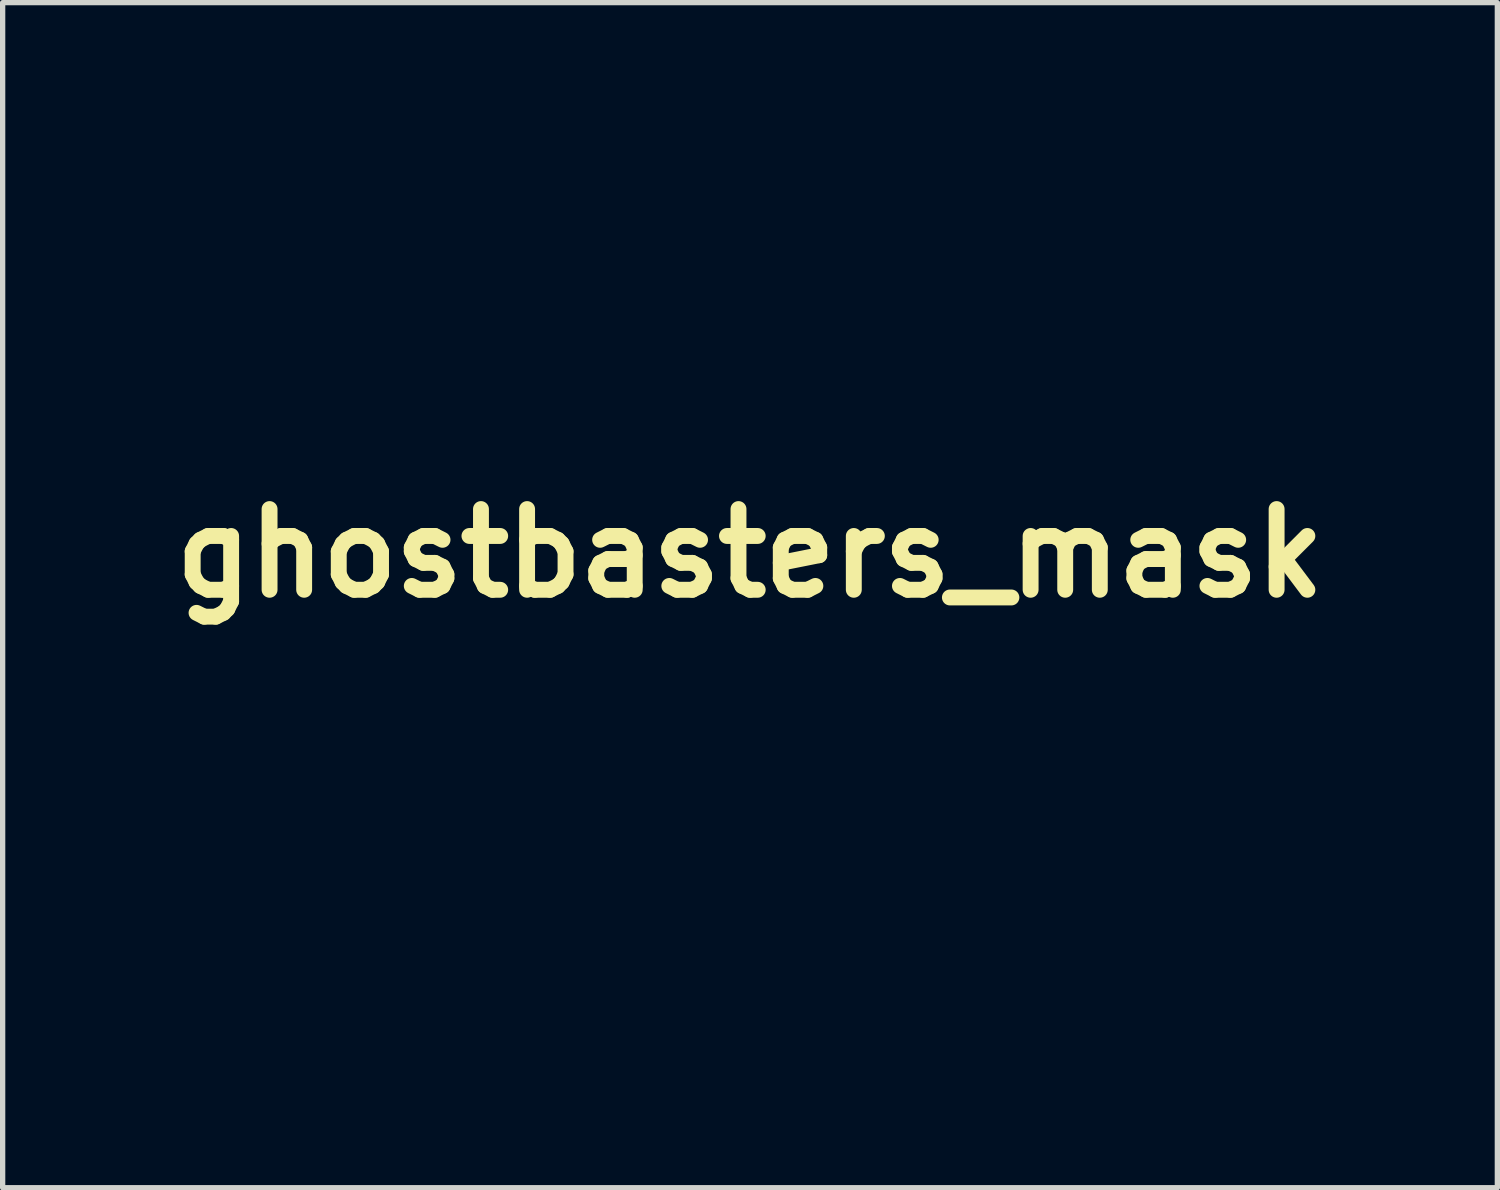
<source format=kicad_pcb>
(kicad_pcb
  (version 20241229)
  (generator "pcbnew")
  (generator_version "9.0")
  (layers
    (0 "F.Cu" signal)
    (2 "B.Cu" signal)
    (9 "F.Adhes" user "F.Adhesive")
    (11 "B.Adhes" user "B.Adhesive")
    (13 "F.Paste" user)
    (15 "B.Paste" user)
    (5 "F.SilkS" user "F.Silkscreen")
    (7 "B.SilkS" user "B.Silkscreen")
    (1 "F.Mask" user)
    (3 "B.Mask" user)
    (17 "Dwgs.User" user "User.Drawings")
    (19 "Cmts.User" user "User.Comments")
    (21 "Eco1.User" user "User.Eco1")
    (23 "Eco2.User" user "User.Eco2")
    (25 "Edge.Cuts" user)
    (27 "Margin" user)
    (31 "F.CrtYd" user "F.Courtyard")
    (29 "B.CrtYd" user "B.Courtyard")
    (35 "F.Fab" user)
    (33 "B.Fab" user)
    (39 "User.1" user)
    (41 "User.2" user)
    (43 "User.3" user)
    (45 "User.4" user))
  (footprint "ghostbasters_mask"
    (layer "F.Cu")
    (at 11.111 7.396)
    (property "Reference" "ghostbasters_mask" (at 0 0 0) (layer "F.SilkS") (effects (font (size 1.524 1.524) (thickness 0.3))))
    (attr through_hole)
    (fp_poly (pts (xy -6.322 0.649) (xy -6.35 0.677) (xy -6.378 0.649) (xy -6.35 0.621) (xy -6.322 0.649)) (stroke (width 0.01) (type solid)) (fill yes) (layer "F.Mask"))
    (fp_poly (pts (xy -5.588 3.415) (xy -5.616 3.443) (xy -5.644 3.415) (xy -5.616 3.387) (xy -5.588 3.415)) (stroke (width 0.01) (type solid)) (fill yes) (layer "F.Mask"))
    (fp_poly (pts (xy -5.08 -0.706) (xy -5.108 -0.677) (xy -5.136 -0.706) (xy -5.108 -0.734) (xy -5.08 -0.706)) (stroke (width 0.01) (type solid)) (fill yes) (layer "F.Mask"))
    (fp_poly (pts (xy -4.854 -1.044) (xy -4.882 -1.016) (xy -4.911 -1.044) (xy -4.882 -1.072) (xy -4.854 -1.044)) (stroke (width 0.01) (type solid)) (fill yes) (layer "F.Mask"))
    (fp_poly (pts (xy -4.008 -5.616) (xy -4.036 -5.588) (xy -4.064 -5.616) (xy -4.036 -5.644) (xy -4.008 -5.616)) (stroke (width 0.01) (type solid)) (fill yes) (layer "F.Mask"))
    (fp_poly (pts (xy -3.669 -5.447) (xy -3.697 -5.419) (xy -3.725 -5.447) (xy -3.697 -5.475) (xy -3.669 -5.447)) (stroke (width 0.01) (type solid)) (fill yes) (layer "F.Mask"))
    (fp_poly (pts (xy -1.468 -3.302) (xy -1.496 -3.274) (xy -1.524 -3.302) (xy -1.496 -3.33) (xy -1.468 -3.302)) (stroke (width 0.01) (type solid)) (fill yes) (layer "F.Mask"))
    (fp_poly (pts (xy -1.016 -5.955) (xy -1.044 -5.927) (xy -1.072 -5.955) (xy -1.044 -5.983) (xy -1.016 -5.955)) (stroke (width 0.01) (type solid)) (fill yes) (layer "F.Mask"))
    (fp_poly (pts (xy -0.621 -6.802) (xy -0.649 -6.773) (xy -0.677 -6.802) (xy -0.649 -6.83) (xy -0.621 -6.802)) (stroke (width 0.01) (type solid)) (fill yes) (layer "F.Mask"))
    (fp_poly (pts (xy 0.226 8.946) (xy 0.198 8.975) (xy 0.169 8.946) (xy 0.198 8.918) (xy 0.226 8.946)) (stroke (width 0.01) (type solid)) (fill yes) (layer "F.Mask"))
    (fp_poly (pts (xy 0.395 8.946) (xy 0.367 8.975) (xy 0.339 8.946) (xy 0.367 8.918) (xy 0.395 8.946)) (stroke (width 0.01) (type solid)) (fill yes) (layer "F.Mask"))
    (fp_poly (pts (xy 0.677 -7.31) (xy 0.649 -7.281) (xy 0.621 -7.31) (xy 0.649 -7.338) (xy 0.677 -7.31)) (stroke (width 0.01) (type solid)) (fill yes) (layer "F.Mask"))
    (fp_poly (pts (xy 1.806 -4.6) (xy 1.778 -4.572) (xy 1.75 -4.6) (xy 1.778 -4.628) (xy 1.806 -4.6)) (stroke (width 0.01) (type solid)) (fill yes) (layer "F.Mask"))
    (fp_poly (pts (xy 2.653 8.834) (xy 2.625 8.862) (xy 2.596 8.834) (xy 2.625 8.805) (xy 2.653 8.834)) (stroke (width 0.01) (type solid)) (fill yes) (layer "F.Mask"))
    (fp_poly (pts (xy 5.193 7.874) (xy 5.165 7.902) (xy 5.136 7.874) (xy 5.165 7.846) (xy 5.193 7.874)) (stroke (width 0.01) (type solid)) (fill yes) (layer "F.Mask"))
    (fp_poly (pts (xy 6.999 -1.157) (xy 6.971 -1.129) (xy 6.943 -1.157) (xy 6.971 -1.185) (xy 6.999 -1.157)) (stroke (width 0.01) (type solid)) (fill yes) (layer "F.Mask"))
    (fp_poly (pts (xy 7.056 -4.713) (xy 7.027 -4.685) (xy 6.999 -4.713) (xy 7.027 -4.741) (xy 7.056 -4.713)) (stroke (width 0.01) (type solid)) (fill yes) (layer "F.Mask"))
    (fp_poly (pts (xy 8.636 3.81) (xy 8.608 3.838) (xy 8.58 3.81) (xy 8.608 3.782) (xy 8.636 3.81)) (stroke (width 0.01) (type solid)) (fill yes) (layer "F.Mask"))
    (fp_poly (pts (xy 8.692 0.593) (xy 8.664 0.621) (xy 8.636 0.593) (xy 8.664 0.564) (xy 8.692 0.593)) (stroke (width 0.01) (type solid)) (fill yes) (layer "F.Mask"))
    (fp_poly (pts (xy 8.692 3.697) (xy 8.664 3.725) (xy 8.636 3.697) (xy 8.664 3.669) (xy 8.692 3.697)) (stroke (width 0.01) (type solid)) (fill yes) (layer "F.Mask"))
    (fp_poly (pts (xy 8.862 3.133) (xy 8.834 3.161) (xy 8.805 3.133) (xy 8.834 3.104) (xy 8.862 3.133)) (stroke (width 0.01) (type solid)) (fill yes) (layer "F.Mask"))
    (fp_poly (pts (xy 8.975 -1.101) (xy 8.946 -1.072) (xy 8.918 -1.101) (xy 8.946 -1.129) (xy 8.975 -1.101)) (stroke (width 0.01) (type solid)) (fill yes) (layer "F.Mask"))
    (fp_poly (pts (xy -6.506 0.982) (xy -6.523 1.008) (xy -6.58 1.012) (xy -6.641 0.998) (xy -6.615 0.977) (xy -6.526 0.971) (xy -6.506 0.982)) (stroke (width 0.01) (type solid)) (fill yes) (layer "F.Mask"))
    (fp_poly (pts (xy -4.704 -3.086) (xy -4.697 -3.019) (xy -4.704 -3.01) (xy -4.737 -3.018) (xy -4.741 -3.048) (xy -4.721 -3.094) (xy -4.704 -3.086)) (stroke (width 0.01) (type solid)) (fill yes) (layer "F.Mask"))
    (fp_poly (pts (xy -5.831 0.143) (xy -5.863 0.183) (xy -5.945 0.271) (xy -5.982 0.271) (xy -5.983 0.261) (xy -5.945 0.214) (xy -5.884 0.162) (xy -5.817 0.113) (xy -5.831 0.143)) (stroke (width 0.01) (type solid)) (fill yes) (layer "F.Mask"))
    (fp_poly (pts (xy -5.606 -0.076) (xy -5.616 -0.056) (xy -5.669 -0.003) (xy -5.679 0) (xy -5.683 -0.036) (xy -5.673 -0.056) (xy -5.619 -0.11) (xy -5.61 -0.113) (xy -5.606 -0.076)) (stroke (width 0.01) (type solid)) (fill yes) (layer "F.Mask"))
    (fp_poly (pts (xy 0.086 -7.377) (xy 0.127 -7.345) (xy 0.215 -7.263) (xy 0.214 -7.226) (xy 0.204 -7.225) (xy 0.157 -7.263) (xy 0.106 -7.324) (xy 0.057 -7.391) (xy 0.086 -7.377)) (stroke (width 0.01) (type solid)) (fill yes) (layer "F.Mask"))
    (fp_poly (pts (xy 1.905 8.936) (xy 1.923 8.952) (xy 1.845 8.961) (xy 1.806 8.962) (xy 1.704 8.956) (xy 1.691 8.941) (xy 1.707 8.936) (xy 1.851 8.927) (xy 1.905 8.936)) (stroke (width 0.01) (type solid)) (fill yes) (layer "F.Mask"))
    (fp_poly (pts (xy 6.53 6.866) (xy 6.519 6.886) (xy 6.466 6.94) (xy 6.456 6.943) (xy 6.452 6.906) (xy 6.463 6.886) (xy 6.516 6.832) (xy 6.526 6.83) (xy 6.53 6.866)) (stroke (width 0.01) (type solid)) (fill yes) (layer "F.Mask"))
    (fp_poly (pts (xy 9.054 0.588) (xy 9.087 0.68) (xy 9.088 0.706) (xy 9.054 0.82) (xy 8.969 0.841) (xy 8.873 0.779) (xy 8.808 0.669) (xy 8.843 0.59) (xy 8.946 0.564) (xy 9.054 0.588)) (stroke (width 0.01) (type solid)) (fill yes) (layer "F.Mask"))
    (fp_poly (pts (xy 8.9 -1.018) (xy 8.976 -0.871) (xy 9.006 -0.758) (xy 9.035 -0.624) (xy 9.063 -0.559) (xy 9.073 -0.517) (xy 9.044 -0.528) (xy 8.965 -0.528) (xy 8.947 -0.509) (xy 8.86 -0.462) (xy 8.689 -0.475) (xy 8.58 -0.502) (xy 8.456 -0.569) (xy 8.451 -0.593) (xy 8.692 -0.593) (xy 8.721 -0.564) (xy 8.749 -0.593) (xy 8.721 -0.621) (xy 8.692 -0.593) (xy 8.451 -0.593) (xy 8.434 -0.674) (xy 8.467 -0.737) (xy 8.593 -0.737) (xy 8.601 -0.734) (xy 8.653 -0.774) (xy 8.664 -0.79) (xy 8.679 -0.843) (xy 8.671 -0.847) (xy 8.619 -0.807) (xy 8.608 -0.79) (xy 8.593 -0.737) (xy 8.467 -0.737) (xy 8.512 -0.823) (xy 8.604 -0.931) (xy 8.749 -0.931) (xy 8.777 -0.903) (xy 8.805 -0.931) (xy 8.777 -0.96) (xy 8.749 -0.931) (xy 8.604 -0.931) (xy 8.607 -0.934) (xy 8.809 -1.149) (xy 8.9 -1.018)) (stroke (width 0.01) (type solid)) (fill yes) (layer "F.Mask"))
    (fp_poly (pts (xy -3.609 -5.755) (xy -3.566 -5.707) (xy -3.61 -5.648) (xy -3.655 -5.615) (xy -3.75 -5.512) (xy -3.782 -5.419) (xy -3.809 -5.312) (xy -3.839 -5.277) (xy -3.871 -5.208) (xy -3.863 -5.188) (xy -3.865 -5.147) (xy -3.883 -5.149) (xy -3.941 -5.117) (xy -4.043 -5.021) (xy -4.163 -4.889) (xy -4.279 -4.749) (xy -4.367 -4.627) (xy -4.403 -4.552) (xy -4.403 -4.551) (xy -4.443 -4.479) (xy -4.496 -4.431) (xy -4.579 -4.324) (xy -4.598 -4.255) (xy -4.626 -4.126) (xy -4.649 -4.077) (xy -4.673 -3.992) (xy -4.703 -3.825) (xy -4.733 -3.604) (xy -4.745 -3.494) (xy -4.766 -3.167) (xy -4.745 -2.91) (xy -4.671 -2.685) (xy -4.536 -2.454) (xy -4.437 -2.317) (xy -4.345 -2.175) (xy -4.294 -2.055) (xy -4.29 -2.028) (xy -4.328 -1.946) (xy -4.428 -1.811) (xy -4.572 -1.648) (xy -4.624 -1.595) (xy -4.799 -1.403) (xy -4.957 -1.205) (xy -5.067 -1.04) (xy -5.079 -1.018) (xy -5.246 -0.744) (xy -5.481 -0.43) (xy -5.761 -0.104) (xy -6.063 0.209) (xy -6.362 0.483) (xy -6.533 0.62) (xy -6.65 0.722) (xy -6.713 0.809) (xy -6.717 0.827) (xy -6.767 0.878) (xy -6.886 0.887) (xy -7.008 0.874) (xy -7.062 0.861) (xy -7.062 0.861) (xy -7.076 0.818) (xy -7.056 0.818) (xy -7.027 0.847) (xy -6.999 0.818) (xy -7.027 0.79) (xy -7.056 0.818) (xy -7.076 0.818) (xy -7.081 0.802) (xy -7.084 0.79) (xy -7.108 0.724) (xy -7.111 0.72) (xy -7.129 0.654) (xy -7.142 0.525) (xy -7.144 0.48) (xy -6.886 0.48) (xy -6.858 0.508) (xy -6.83 0.48) (xy -6.858 0.452) (xy -6.886 0.48) (xy -7.144 0.48) (xy -7.148 0.372) (xy -7.148 0.233) (xy -7.139 0.144) (xy -7.128 0.131) (xy -7.105 0.093) (xy -7.085 -0.032) (xy -7.072 -0.218) (xy -7.071 -0.246) (xy -7.051 -0.481) (xy -7.009 -0.754) (xy -6.995 -0.818) (xy -6.886 -0.818) (xy -6.858 -0.79) (xy -6.83 -0.818) (xy -6.858 -0.847) (xy -6.886 -0.818) (xy -6.995 -0.818) (xy -6.95 -1.039) (xy -6.883 -1.309) (xy -6.812 -1.538) (xy -6.744 -1.702) (xy -6.697 -1.768) (xy -6.64 -1.862) (xy -6.595 -2.02) (xy -6.584 -2.095) (xy -6.534 -2.332) (xy -6.442 -2.575) (xy -6.325 -2.785) (xy -6.202 -2.923) (xy -6.196 -2.928) (xy -6.115 -3.036) (xy -6.114 -3.111) (xy -6.118 -3.185) (xy -6.097 -3.19) (xy -6.03 -3.201) (xy -5.967 -3.273) (xy -5.944 -3.357) (xy -5.952 -3.381) (xy -5.936 -3.447) (xy -5.872 -3.499) (xy -5.781 -3.572) (xy -5.757 -3.625) (xy -5.723 -3.7) (xy -5.635 -3.829) (xy -5.541 -3.947) (xy -5.391 -4.136) (xy -5.221 -4.363) (xy -5.093 -4.544) (xy -4.952 -4.73) (xy -4.778 -4.933) (xy -4.59 -5.132) (xy -4.408 -5.309) (xy -4.249 -5.445) (xy -4.133 -5.522) (xy -4.098 -5.532) (xy -4.001 -5.571) (xy -3.949 -5.619) (xy -3.806 -5.742) (xy -3.669 -5.776) (xy -3.609 -5.755)) (stroke (width 0.01) (type solid)) (fill yes) (layer "F.Mask"))
    (fp_poly (pts (xy 1.355 -7.341) (xy 1.423 -7.331) (xy 1.564 -7.318) (xy 1.637 -7.312) (xy 1.842 -7.29) (xy 2.087 -7.253) (xy 2.223 -7.229) (xy 2.403 -7.199) (xy 2.535 -7.187) (xy 2.582 -7.192) (xy 2.638 -7.181) (xy 2.692 -7.138) (xy 2.836 -7.065) (xy 3.064 -7.041) (xy 3.185 -7.048) (xy 3.295 -7.027) (xy 3.334 -6.993) (xy 3.412 -6.946) (xy 3.554 -6.91) (xy 3.59 -6.905) (xy 3.757 -6.868) (xy 3.885 -6.809) (xy 3.898 -6.799) (xy 4.012 -6.731) (xy 4.079 -6.717) (xy 4.18 -6.685) (xy 4.206 -6.659) (xy 4.286 -6.613) (xy 4.308 -6.614) (xy 4.416 -6.607) (xy 4.536 -6.567) (xy 4.618 -6.515) (xy 4.628 -6.491) (xy 4.675 -6.443) (xy 4.795 -6.37) (xy 4.953 -6.287) (xy 5.118 -6.212) (xy 5.256 -6.159) (xy 5.334 -6.146) (xy 5.36 -6.134) (xy 5.349 -6.12) (xy 5.354 -6.062) (xy 5.425 -5.991) (xy 5.525 -5.939) (xy 5.579 -5.928) (xy 5.666 -5.899) (xy 5.773 -5.832) (xy 5.863 -5.755) (xy 5.899 -5.697) (xy 5.895 -5.688) (xy 5.922 -5.643) (xy 6.018 -5.55) (xy 6.164 -5.43) (xy 6.165 -5.429) (xy 6.373 -5.255) (xy 6.597 -5.05) (xy 6.735 -4.913) (xy 6.878 -4.771) (xy 6.995 -4.669) (xy 7.062 -4.628) (xy 7.063 -4.628) (xy 7.13 -4.586) (xy 7.24 -4.474) (xy 7.377 -4.312) (xy 7.525 -4.122) (xy 7.67 -3.924) (xy 7.794 -3.74) (xy 7.884 -3.591) (xy 7.922 -3.497) (xy 7.919 -3.479) (xy 7.93 -3.419) (xy 8.002 -3.316) (xy 8.028 -3.287) (xy 8.226 -3.028) (xy 8.374 -2.738) (xy 8.446 -2.48) (xy 8.451 -2.319) (xy 8.403 -2.184) (xy 8.316 -2.063) (xy 8.204 -1.942) (xy 8.108 -1.871) (xy 8.08 -1.863) (xy 7.986 -1.83) (xy 7.863 -1.751) (xy 7.861 -1.75) (xy 7.734 -1.67) (xy 7.63 -1.637) (xy 7.63 -1.637) (xy 7.529 -1.601) (xy 7.416 -1.518) (xy 7.342 -1.463) (xy 7.243 -1.425) (xy 7.094 -1.399) (xy 6.872 -1.38) (xy 6.679 -1.369) (xy 6.399 -1.352) (xy 6.204 -1.332) (xy 6.064 -1.3) (xy 5.95 -1.251) (xy 5.834 -1.179) (xy 5.832 -1.177) (xy 5.684 -1.084) (xy 5.568 -1.026) (xy 5.532 -1.016) (xy 5.491 -0.986) (xy 5.498 -0.969) (xy 5.471 -0.916) (xy 5.37 -0.836) (xy 5.304 -0.796) (xy 5.147 -0.699) (xy 5.021 -0.607) (xy 4.994 -0.584) (xy 4.907 -0.507) (xy 4.767 -0.397) (xy 4.602 -0.272) (xy 4.438 -0.153) (xy 4.3 -0.057) (xy 4.215 -0.004) (xy 4.203 0) (xy 4.134 0.032) (xy 4.008 0.115) (xy 3.857 0.225) (xy 3.709 0.343) (xy 3.659 0.386) (xy 3.534 0.47) (xy 3.442 0.479) (xy 3.439 0.477) (xy 3.395 0.466) (xy 3.408 0.496) (xy 3.394 0.565) (xy 3.318 0.627) (xy 3.21 0.691) (xy 3.161 0.731) (xy 3.092 0.796) (xy 2.967 0.895) (xy 2.817 1.005) (xy 2.673 1.104) (xy 2.565 1.17) (xy 2.529 1.185) (xy 2.46 1.223) (xy 2.358 1.315) (xy 2.347 1.326) (xy 2.244 1.422) (xy 2.166 1.467) (xy 2.161 1.468) (xy 2.087 1.506) (xy 1.998 1.589) (xy 1.901 1.676) (xy 1.738 1.799) (xy 1.542 1.934) (xy 1.496 1.964) (xy 1.275 2.112) (xy 1.06 2.266) (xy 0.893 2.395) (xy 0.879 2.407) (xy 0.738 2.516) (xy 0.623 2.584) (xy 0.583 2.596) (xy 0.514 2.63) (xy 0.508 2.652) (xy 0.461 2.708) (xy 0.345 2.775) (xy 0.31 2.79) (xy 0.183 2.857) (xy 0.116 2.919) (xy 0.113 2.93) (xy 0.068 2.989) (xy -0.046 3.077) (xy -0.127 3.128) (xy -0.297 3.246) (xy -0.442 3.377) (xy -0.48 3.422) (xy -0.586 3.54) (xy -0.744 3.689) (xy -0.875 3.799) (xy -1.018 3.923) (xy -1.114 4.024) (xy -1.142 4.076) (xy -1.162 4.103) (xy -1.185 4.092) (xy -1.259 4.105) (xy -1.37 4.181) (xy -1.406 4.215) (xy -1.573 4.374) (xy -1.71 4.481) (xy -1.858 4.569) (xy -1.865 4.573) (xy -1.998 4.657) (xy -2.077 4.722) (xy -2.178 4.787) (xy -2.227 4.798) (xy -2.31 4.841) (xy -2.388 4.93) (xy -2.426 4.997) (xy -2.428 5.056) (xy -2.382 5.127) (xy -2.275 5.229) (xy -2.098 5.38) (xy -1.59 5.741) (xy -1.005 6.041) (xy -0.37 6.266) (xy -0.248 6.299) (xy 0.009 6.346) (xy 0.347 6.379) (xy 0.735 6.399) (xy 1.14 6.405) (xy 1.533 6.397) (xy 1.881 6.374) (xy 2.154 6.336) (xy 2.173 6.332) (xy 2.529 6.241) (xy 2.887 6.129) (xy 3.206 6.008) (xy 3.394 5.921) (xy 3.547 5.852) (xy 3.67 5.816) (xy 3.691 5.814) (xy 3.77 5.791) (xy 3.782 5.77) (xy 3.826 5.715) (xy 3.931 5.638) (xy 4.056 5.565) (xy 4.158 5.521) (xy 4.189 5.518) (xy 4.244 5.485) (xy 4.29 5.418) (xy 4.365 5.328) (xy 4.419 5.305) (xy 4.486 5.266) (xy 4.61 5.166) (xy 4.773 5.021) (xy 4.953 4.851) (xy 5.13 4.676) (xy 5.284 4.513) (xy 5.306 4.487) (xy 5.757 4.487) (xy 5.786 4.516) (xy 5.814 4.487) (xy 5.786 4.459) (xy 5.757 4.487) (xy 5.306 4.487) (xy 5.345 4.443) (xy 5.444 4.315) (xy 5.573 4.137) (xy 5.669 3.997) (xy 5.782 3.83) (xy 5.874 3.698) (xy 5.919 3.636) (xy 5.976 3.538) (xy 6.056 3.362) (xy 6.148 3.137) (xy 6.242 2.893) (xy 6.326 2.659) (xy 6.388 2.465) (xy 6.416 2.352) (xy 6.447 2.219) (xy 6.483 2.19) (xy 6.503 2.211) (xy 6.535 2.24) (xy 6.522 2.168) (xy 6.522 2.168) (xy 6.517 2.06) (xy 8.58 2.06) (xy 8.608 2.088) (xy 8.636 2.06) (xy 8.608 2.032) (xy 8.58 2.06) (xy 6.517 2.06) (xy 6.517 2.047) (xy 6.54 1.868) (xy 6.566 1.75) (xy 6.587 1.665) (xy 8.41 1.665) (xy 8.438 1.693) (xy 8.467 1.665) (xy 8.438 1.637) (xy 8.41 1.665) (xy 6.587 1.665) (xy 6.642 1.451) (xy 7.12 1.327) (xy 7.464 1.257) (xy 7.738 1.251) (xy 7.971 1.31) (xy 8.189 1.439) (xy 8.216 1.46) (xy 8.341 1.543) (xy 8.437 1.58) (xy 8.442 1.58) (xy 8.54 1.617) (xy 8.595 1.66) (xy 8.713 1.731) (xy 8.81 1.759) (xy 8.895 1.784) (xy 8.934 1.848) (xy 8.943 1.984) (xy 8.943 2.032) (xy 8.93 2.43) (xy 8.906 2.725) (xy 8.869 2.927) (xy 8.827 3.031) (xy 8.781 3.161) (xy 8.787 3.251) (xy 8.778 3.364) (xy 8.735 3.411) (xy 8.679 3.49) (xy 8.598 3.649) (xy 8.503 3.863) (xy 8.407 4.103) (xy 8.32 4.345) (xy 8.266 4.516) (xy 8.218 4.639) (xy 8.135 4.806) (xy 8.034 4.99) (xy 7.932 5.161) (xy 7.843 5.294) (xy 7.785 5.36) (xy 7.777 5.362) (xy 7.735 5.406) (xy 7.733 5.427) (xy 7.696 5.51) (xy 7.596 5.653) (xy 7.45 5.834) (xy 7.274 6.034) (xy 7.158 6.156) (xy 6.998 6.331) (xy 6.837 6.521) (xy 6.805 6.562) (xy 6.696 6.687) (xy 6.607 6.763) (xy 6.58 6.774) (xy 6.514 6.812) (xy 6.394 6.913) (xy 6.245 7.055) (xy 6.218 7.083) (xy 6.046 7.242) (xy 5.877 7.37) (xy 5.746 7.441) (xy 5.738 7.443) (xy 5.632 7.487) (xy 5.481 7.568) (xy 5.306 7.67) (xy 5.13 7.78) (xy 4.976 7.883) (xy 4.865 7.965) (xy 4.821 8.013) (xy 4.829 8.019) (xy 4.825 8.04) (xy 4.741 8.084) (xy 4.609 8.126) (xy 4.525 8.133) (xy 4.418 8.155) (xy 4.384 8.177) (xy 4.276 8.238) (xy 4.106 8.309) (xy 3.921 8.373) (xy 3.767 8.413) (xy 3.714 8.419) (xy 3.646 8.451) (xy 3.647 8.491) (xy 3.631 8.565) (xy 3.554 8.608) (xy 3.468 8.601) (xy 3.44 8.574) (xy 3.366 8.538) (xy 3.336 8.548) (xy 3.3 8.621) (xy 3.31 8.649) (xy 3.308 8.688) (xy 3.252 8.674) (xy 3.137 8.662) (xy 2.971 8.678) (xy 2.918 8.688) (xy 2.709 8.728) (xy 2.473 8.764) (xy 2.399 8.774) (xy 2.185 8.803) (xy 1.981 8.834) (xy 1.919 8.845) (xy 1.817 8.854) (xy 1.634 8.863) (xy 1.391 8.872) (xy 1.11 8.879) (xy 0.814 8.885) (xy 0.524 8.888) (xy 0.262 8.89) (xy 0.05 8.889) (xy -0.089 8.885) (xy -0.134 8.879) (xy -0.191 8.865) (xy -0.317 8.847) (xy -0.341 8.844) (xy -0.499 8.818) (xy -0.562 8.802) (xy -0.551 8.802) (xy -0.543 8.805) (xy -0.506 8.777) (xy -0.226 8.777) (xy -0.198 8.805) (xy -0.169 8.777) (xy -0.198 8.749) (xy -0.226 8.777) (xy -0.506 8.777) (xy -0.491 8.766) (xy -0.48 8.749) (xy -0.465 8.696) (xy -0.473 8.692) (xy -0.525 8.732) (xy -0.536 8.749) (xy -0.551 8.802) (xy -0.562 8.802) (xy -0.617 8.788) (xy -0.621 8.786) (xy -0.758 8.739) (xy -0.954 8.682) (xy -1.168 8.627) (xy -1.361 8.582) (xy -1.492 8.559) (xy -1.504 8.558) (xy -1.59 8.538) (xy -1.602 8.512) (xy -1.633 8.475) (xy -1.741 8.43) (xy -1.889 8.389) (xy -2.041 8.36) (xy -2.125 8.354) (xy -2.234 8.323) (xy -2.248 8.316) (xy -1.449 8.316) (xy -1.441 8.35) (xy -1.411 8.354) (xy -1.365 8.333) (xy -1.373 8.316) (xy -1.44 8.309) (xy -1.449 8.316) (xy -2.248 8.316) (xy -2.396 8.243) (xy -2.548 8.149) (xy -2.874 7.937) (xy -3.126 7.792) (xy -3.302 7.716) (xy -3.396 7.711) (xy -3.397 7.711) (xy -3.434 7.716) (xy -3.422 7.688) (xy -3.434 7.618) (xy -3.513 7.542) (xy -3.621 7.486) (xy -3.716 7.476) (xy -3.732 7.483) (xy -3.773 7.492) (xy -3.764 7.467) (xy -3.79 7.411) (xy -3.89 7.303) (xy -4.046 7.16) (xy -4.193 7.038) (xy -4.408 6.858) (xy -4.609 6.679) (xy -4.766 6.527) (xy -4.826 6.461) (xy -4.86 6.421) (xy 2.113 6.421) (xy 2.168 6.43) (xy 2.242 6.42) (xy 2.242 6.401) (xy 2.167 6.387) (xy 2.134 6.396) (xy 2.113 6.421) (xy -4.86 6.421) (xy -4.952 6.315) (xy -5.122 6.13) (xy -5.298 5.943) (xy -5.302 5.939) (xy -5.482 5.734) (xy -5.653 5.504) (xy -5.689 5.447) (xy -5.08 5.447) (xy -5.052 5.475) (xy -5.024 5.447) (xy -5.052 5.419) (xy -5.08 5.447) (xy -5.689 5.447) (xy -5.767 5.322) (xy -2.587 5.322) (xy -2.574 5.354) (xy -2.517 5.414) (xy -2.484 5.402) (xy -2.484 5.394) (xy -2.524 5.346) (xy -2.549 5.329) (xy -2.587 5.322) (xy -5.767 5.322) (xy -5.775 5.309) (xy -5.895 5.094) (xy -6.024 4.88) (xy -6.096 4.77) (xy -6.212 4.585) (xy -6.24 4.534) (xy -2.634 4.534) (xy -2.626 4.568) (xy -2.596 4.572) (xy -2.55 4.551) (xy -2.559 4.534) (xy -2.626 4.528) (xy -2.634 4.534) (xy -6.24 4.534) (xy -6.339 4.358) (xy -6.447 4.149) (xy -1.75 4.149) (xy -1.722 4.177) (xy -1.693 4.149) (xy -1.722 4.12) (xy -1.75 4.149) (xy -6.447 4.149) (xy -6.465 4.113) (xy -6.475 4.092) (xy -2.201 4.092) (xy -2.173 4.12) (xy -2.145 4.092) (xy -2.173 4.064) (xy -2.201 4.092) (xy -6.475 4.092) (xy -6.578 3.878) (xy -6.664 3.677) (xy -6.712 3.537) (xy -6.717 3.501) (xy -6.682 3.409) (xy -6.605 3.391) (xy -6.53 3.448) (xy -6.507 3.502) (xy -6.434 3.604) (xy -6.29 3.709) (xy -6.113 3.793) (xy -5.944 3.837) (xy -5.911 3.838) (xy -5.776 3.796) (xy -5.685 3.725) (xy -5.249 3.725) (xy -5.229 3.772) (xy -5.212 3.763) (xy -5.205 3.696) (xy -5.212 3.688) (xy -5.245 3.695) (xy -5.249 3.725) (xy -5.685 3.725) (xy -5.642 3.692) (xy -5.55 3.566) (xy -5.532 3.492) (xy -5.568 3.39) (xy -5.636 3.296) (xy -5.71 3.158) (xy -5.703 3.133) (xy -5.475 3.133) (xy -5.447 3.161) (xy -5.419 3.133) (xy -5.447 3.104) (xy -5.475 3.133) (xy -5.703 3.133) (xy -5.689 3.076) (xy -4.741 3.076) (xy -4.713 3.104) (xy -4.685 3.076) (xy -4.713 3.048) (xy -4.741 3.076) (xy -5.689 3.076) (xy -5.677 3.029) (xy -5.544 2.921) (xy -5.418 2.872) (xy -5.216 2.775) (xy -5.072 2.642) (xy -4.935 2.503) (xy -4.747 2.376) (xy -4.551 2.286) (xy -4.411 2.258) (xy -4.317 2.302) (xy -4.227 2.442) (xy -4.197 2.512) (xy -4.131 2.659) (xy -4.079 2.75) (xy -4.063 2.766) (xy -4.004 2.737) (xy -3.879 2.662) (xy -3.733 2.568) (xy -3.574 2.466) (xy -3.455 2.395) (xy -3.405 2.371) (xy -3.344 2.341) (xy -3.232 2.268) (xy -3.21 2.253) (xy -3.078 2.182) (xy -2.972 2.163) (xy -2.961 2.166) (xy -2.871 2.148) (xy -2.741 2.057) (xy -2.69 2.008) (xy -2.551 1.886) (xy -2.423 1.8) (xy -2.384 1.782) (xy -2.276 1.717) (xy -2.237 1.663) (xy -2.161 1.589) (xy -2.119 1.58) (xy -2.012 1.541) (xy -1.948 1.496) (xy 1.806 1.496) (xy 1.834 1.524) (xy 1.863 1.496) (xy 1.834 1.468) (xy 1.806 1.496) (xy -1.948 1.496) (xy -1.862 1.436) (xy -1.701 1.289) (xy -1.643 1.228) (xy -1.626 1.214) (xy -1.58 1.214) (xy -1.552 1.242) (xy -1.524 1.214) (xy -1.552 1.185) (xy -1.58 1.214) (xy -1.626 1.214) (xy -1.545 1.149) (xy -1.481 1.129) (xy -1.399 1.083) (xy -1.375 1.044) (xy -1.304 0.969) (xy -1.264 0.96) (xy -1.165 0.923) (xy -1.086 0.861) (xy -0.951 0.742) (xy -0.785 0.615) (xy -0.619 0.501) (xy -0.481 0.421) (xy -0.409 0.395) (xy -0.36 0.365) (xy -0.367 0.339) (xy -0.364 0.287) (xy -0.345 0.282) (xy -0.284 0.254) (xy 0.226 0.254) (xy 0.254 0.282) (xy 0.282 0.254) (xy 0.254 0.226) (xy 0.226 0.254) (xy -0.284 0.254) (xy -0.269 0.247) (xy -0.157 0.16) (xy -0.136 0.141) (xy 3.725 0.141) (xy 3.754 0.169) (xy 3.782 0.141) (xy 3.754 0.113) (xy 3.725 0.141) (xy -0.136 0.141) (xy -0.015 0.047) (xy 0.082 0.001) (xy 0.093 0) (xy 0.163 -0.031) (xy 0.169 -0.052) (xy 0.195 -0.085) (xy 4.233 -0.085) (xy 4.262 -0.056) (xy 4.29 -0.085) (xy 4.262 -0.113) (xy 4.233 -0.085) (xy 0.195 -0.085) (xy 0.213 -0.107) (xy 0.319 -0.191) (xy 0.45 -0.278) (xy 0.569 -0.345) (xy 0.634 -0.367) (xy 0.693 -0.408) (xy 0.768 -0.5) (xy 0.843 -0.585) (xy 0.894 -0.576) (xy 0.909 -0.556) (xy 0.949 -0.512) (xy 0.955 -0.546) (xy 1.261 -0.546) (xy 1.268 -0.512) (xy 1.298 -0.508) (xy 1.345 -0.529) (xy 1.336 -0.546) (xy 1.269 -0.552) (xy 1.261 -0.546) (xy 0.955 -0.546) (xy 0.959 -0.565) (xy 1.003 -0.63) (xy 1.121 -0.742) (xy 1.145 -0.762) (xy 5.024 -0.762) (xy 5.052 -0.734) (xy 5.08 -0.762) (xy 5.052 -0.79) (xy 5.024 -0.762) (xy 1.145 -0.762) (xy 1.295 -0.884) (xy 1.472 -1.016) (xy 1.732 -1.204) (xy 1.9 -1.326) (xy 5.87 -1.326) (xy 5.898 -1.298) (xy 5.927 -1.326) (xy 5.898 -1.355) (xy 5.87 -1.326) (xy 1.9 -1.326) (xy 2.006 -1.405) (xy 2.253 -1.588) (xy 2.361 -1.669) (xy 2.368 -1.675) (xy 7.3 -1.675) (xy 7.308 -1.641) (xy 7.338 -1.637) (xy 7.384 -1.658) (xy 7.375 -1.675) (xy 7.308 -1.681) (xy 7.3 -1.675) (xy 2.368 -1.675) (xy 2.599 -1.847) (xy 2.738 -1.947) (xy 3.048 -1.947) (xy 3.076 -1.919) (xy 3.104 -1.947) (xy 3.076 -1.976) (xy 3.048 -1.947) (xy 2.738 -1.947) (xy 2.829 -2.013) (xy 3.033 -2.155) (xy 3.194 -2.262) (xy 3.293 -2.32) (xy 3.316 -2.327) (xy 3.338 -2.354) (xy 3.339 -2.357) (xy 3.4 -2.438) (xy 3.517 -2.51) (xy 3.627 -2.538) (xy 3.703 -2.559) (xy 3.711 -2.582) (xy 3.723 -2.627) (xy 3.725 -2.627) (xy 3.783 -2.661) (xy 3.886 -2.742) (xy 3.895 -2.75) (xy 4.039 -2.872) (xy 4.16 -2.973) (xy 4.204 -3.02) (xy 4.403 -3.02) (xy 4.431 -2.992) (xy 4.459 -3.02) (xy 4.431 -3.048) (xy 4.403 -3.02) (xy 4.204 -3.02) (xy 4.258 -3.077) (xy 4.301 -3.16) (xy 4.36 -3.282) (xy 4.456 -3.37) (xy 4.512 -3.387) (xy 4.571 -3.412) (xy 4.538 -3.481) (xy 4.418 -3.585) (xy 4.36 -3.625) (xy 4.116 -3.783) (xy 3.924 -3.898) (xy 3.797 -3.963) (xy 3.746 -3.972) (xy 3.751 -3.956) (xy 3.742 -3.936) (xy 3.674 -3.964) (xy 3.577 -4.023) (xy 3.484 -4.092) (xy 3.43 -4.147) (xy 3.392 -4.17) (xy 3.388 -4.154) (xy 3.352 -4.148) (xy 3.277 -4.202) (xy 3.175 -4.263) (xy 3.108 -4.264) (xy 3.053 -4.258) (xy 3.048 -4.274) (xy 3.001 -4.319) (xy 2.95 -4.33) (xy 7.178 -4.33) (xy 7.191 -4.298) (xy 7.248 -4.238) (xy 7.281 -4.25) (xy 7.281 -4.258) (xy 7.241 -4.306) (xy 7.216 -4.323) (xy 7.178 -4.33) (xy 2.95 -4.33) (xy 2.949 -4.33) (xy 2.807 -4.355) (xy 2.625 -4.402) (xy 2.44 -4.461) (xy 2.288 -4.52) (xy 2.205 -4.568) (xy 2.201 -4.573) (xy 2.128 -4.611) (xy 1.981 -4.648) (xy 1.858 -4.666) (xy 1.52 -4.736) (xy 1.22 -4.877) (xy 1.062 -4.984) (xy 0.918 -5.134) (xy 0.878 -5.221) (xy 1.016 -5.221) (xy 1.044 -5.193) (xy 1.072 -5.221) (xy 1.044 -5.249) (xy 1.016 -5.221) (xy 0.878 -5.221) (xy 0.823 -5.345) (xy 0.771 -5.599) (xy 0.724 -5.798) (xy 0.651 -5.998) (xy 0.646 -6.01) (xy 0.577 -6.265) (xy 0.582 -6.407) (xy 0.589 -6.546) (xy 0.566 -6.63) (xy 0.561 -6.635) (xy 0.52 -6.715) (xy 0.509 -6.857) (xy 0.524 -7.012) (xy 0.564 -7.134) (xy 0.569 -7.14) (xy 0.96 -7.14) (xy 0.988 -7.112) (xy 1.016 -7.14) (xy 1.411 -7.14) (xy 1.439 -7.112) (xy 1.468 -7.14) (xy 1.439 -7.168) (xy 1.411 -7.14) (xy 1.016 -7.14) (xy 0.988 -7.168) (xy 0.96 -7.14) (xy 0.569 -7.14) (xy 0.587 -7.164) (xy 0.688 -7.212) (xy 0.853 -7.259) (xy 0.94 -7.276) (xy 1.111 -7.306) (xy 1.237 -7.33) (xy 1.27 -7.337) (xy 1.349 -7.342) (xy 1.355 -7.341)) (stroke (width 0.01) (type solid)) (fill yes) (layer "F.Mask")))
  (gr_rect
    (start -3 -3)
    (end 25.221 19.375)
    (stroke (width 0.1) (type default))
    (fill no)
    (layer "Edge.Cuts")))
</source>
